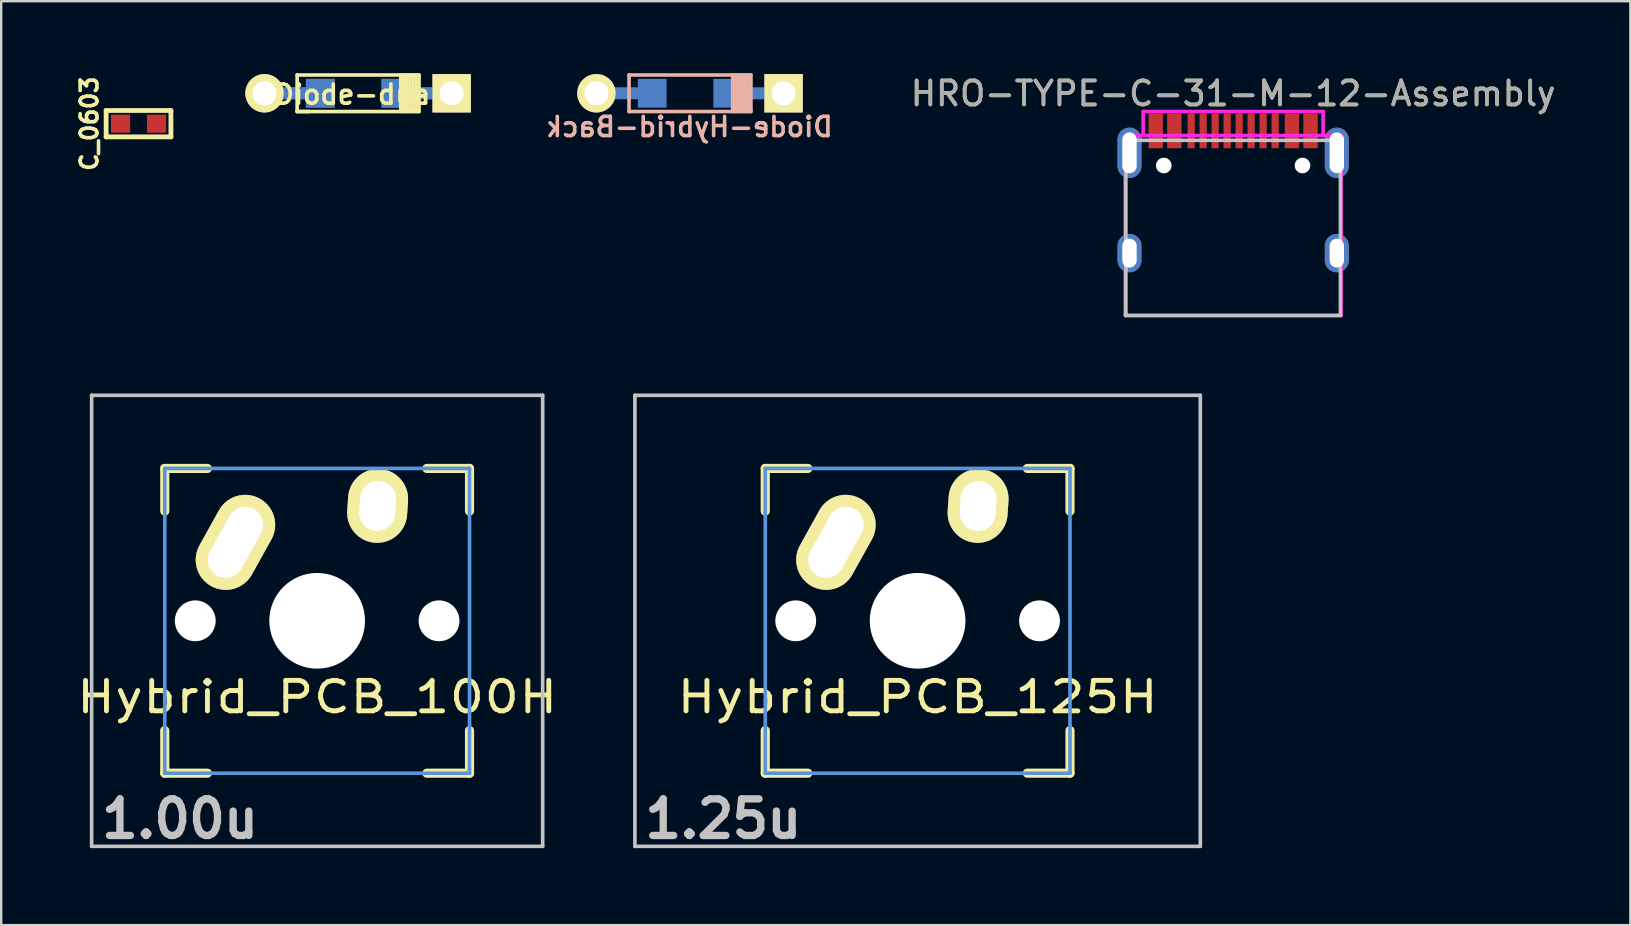
<source format=kicad_pcb>
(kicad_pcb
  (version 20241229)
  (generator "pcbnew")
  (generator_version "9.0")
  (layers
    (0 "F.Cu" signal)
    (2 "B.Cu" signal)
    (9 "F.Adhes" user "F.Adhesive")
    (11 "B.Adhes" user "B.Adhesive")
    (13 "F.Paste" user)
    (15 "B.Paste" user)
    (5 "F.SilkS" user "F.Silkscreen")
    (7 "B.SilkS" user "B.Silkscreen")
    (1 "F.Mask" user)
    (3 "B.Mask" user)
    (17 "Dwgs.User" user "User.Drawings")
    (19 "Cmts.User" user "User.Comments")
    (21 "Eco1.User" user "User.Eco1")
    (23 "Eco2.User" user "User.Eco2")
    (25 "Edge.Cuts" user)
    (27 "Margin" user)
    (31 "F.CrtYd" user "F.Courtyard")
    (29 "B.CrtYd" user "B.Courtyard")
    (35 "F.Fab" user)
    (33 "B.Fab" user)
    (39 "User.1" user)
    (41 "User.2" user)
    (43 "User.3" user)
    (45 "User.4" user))
  (footprint "HRO-TYPE-C-31-M-12-Assembly"
    (layer "F.Cu")
    (at 48.34 10.098)
    (property "Reference" "HRO-TYPE-C-31-M-12-Assembly" (at 0 -9.25 0) (layer "F.SilkS") (effects (font (size 1 1) (thickness 0.15))))
    (attr through_hole)
    (fp_line (start -4.47 -7.3) (end 4.47 -7.3) (stroke (width 0.15) (type solid)) (layer "Dwgs.User"))
    (fp_line (start -4.47 0) (end -4.47 -7.3) (stroke (width 0.15) (type solid)) (layer "Dwgs.User"))
    (fp_line (start -4.47 0) (end 4.47 0) (stroke (width 0.15) (type solid)) (layer "Dwgs.User"))
    (fp_line (start 4.47 0) (end 4.47 -7.3) (stroke (width 0.15) (type solid)) (layer "Dwgs.User"))
    (fp_line (start -4.5 -7.5) (end 4.5 -7.5) (stroke (width 0.15) (type solid)) (layer "F.CrtYd"))
    (fp_line (start -4.5 0) (end -4.5 -7.5) (stroke (width 0.15) (type solid)) (layer "F.CrtYd"))
    (fp_line (start -3.75 -8.5) (end 3.75 -8.5) (stroke (width 0.15) (type solid)) (layer "F.CrtYd"))
    (fp_line (start -3.75 -7.5) (end -3.75 -8.5) (stroke (width 0.15) (type solid)) (layer "F.CrtYd"))
    (fp_line (start 3.75 -8.5) (end 3.75 -7.5) (stroke (width 0.15) (type solid)) (layer "F.CrtYd"))
    (fp_line (start 4.5 -7.5) (end 4.5 0) (stroke (width 0.15) (type solid)) (layer "F.CrtYd"))
    (fp_line (start 4.5 0) (end -4.5 0) (stroke (width 0.15) (type solid)) (layer "F.CrtYd"))
    (fp_text user "${REFERENCE}" (at 0 -9.25 0) (layer "F.Fab") (effects (font (size 1 1) (thickness 0.15))))
    (pad "" np_thru_hole circle (at -2.89 -6.25) (size 0.65 0.65) (drill 0.65) (layers "*.Cu" "*.Mask"))
    (pad "" np_thru_hole circle (at 2.89 -6.25) (size 0.65 0.65) (drill 0.65) (layers "*.Cu" "*.Mask"))
    (pad "1" smd rect (at -3.225 -7.695) (size 0.6 1.45) (layers "F.Cu" "F.Mask" "F.Paste"))
    (pad "2" smd rect (at -2.45 -7.695) (size 0.6 1.45) (layers "F.Cu" "F.Mask" "F.Paste"))
    (pad "3" smd rect (at -1.75 -7.695) (size 0.3 1.45) (layers "F.Cu" "F.Mask" "F.Paste"))
    (pad "4" smd rect (at -1.25 -7.695) (size 0.3 1.45) (layers "F.Cu" "F.Mask" "F.Paste"))
    (pad "5" smd rect (at -0.75 -7.695) (size 0.3 1.45) (layers "F.Cu" "F.Mask" "F.Paste"))
    (pad "6" smd rect (at -0.25 -7.695) (size 0.3 1.45) (layers "F.Cu" "F.Mask" "F.Paste"))
    (pad "7" smd rect (at 0.25 -7.695) (size 0.3 1.45) (layers "F.Cu" "F.Mask" "F.Paste"))
    (pad "8" smd rect (at 0.75 -7.695) (size 0.3 1.45) (layers "F.Cu" "F.Mask" "F.Paste"))
    (pad "9" smd rect (at 1.25 -7.695) (size 0.3 1.45) (layers "F.Cu" "F.Mask" "F.Paste"))
    (pad "10" smd rect (at 1.75 -7.695) (size 0.3 1.45) (layers "F.Cu" "F.Mask" "F.Paste"))
    (pad "11" smd rect (at 2.45 -7.695) (size 0.6 1.45) (layers "F.Cu" "F.Mask" "F.Paste"))
    (pad "12" smd rect (at 3.225 -7.695) (size 0.6 1.45) (layers "F.Cu" "F.Mask" "F.Paste"))
    (pad "13" thru_hole oval (at -4.32 -6.78) (size 1 2.1) (drill oval 0.6 1.7) (layers "*.Cu" "*.Mask"))
    (pad "13" thru_hole oval (at -4.32 -2.6) (size 1 1.6) (drill oval 0.6 1.2) (layers "*.Cu" "*.Mask"))
    (pad "13" thru_hole oval (at 4.32 -6.78) (size 1 2.1) (drill oval 0.6 1.7) (layers "*.Cu" "*.Mask"))
    (pad "13" thru_hole oval (at 4.32 -2.6) (size 1 1.6) (drill oval 0.6 1.2) (layers "*.Cu" "*.Mask")))
  (footprint "Diode-Hybrid-Back"
    (layer "F.Cu")
    (at 25.705 0.837)
    (property "Reference" "Diode-Hybrid-Back" (at -0.025 1.4 0) (layer "B.SilkS") (effects (font (size 0.8 0.8) (thickness 0.15)) (justify mirror)))
    (attr smd)
    (fp_line (start -2.54 -0.762) (end -2.54 0.762) (stroke (width 0.15) (type solid)) (layer "B.SilkS"))
    (fp_line (start -2.54 0.762) (end 2.54 0.762) (stroke (width 0.15) (type solid)) (layer "B.SilkS"))
    (fp_line (start 1.778 0.762) (end 1.778 -0.762) (stroke (width 0.15) (type solid)) (layer "B.SilkS"))
    (fp_line (start 1.905 0.762) (end 1.905 -0.762) (stroke (width 0.15) (type solid)) (layer "B.SilkS"))
    (fp_line (start 2.032 -0.762) (end 2.032 0.762) (stroke (width 0.15) (type solid)) (layer "B.SilkS"))
    (fp_line (start 2.159 0.762) (end 2.159 -0.762) (stroke (width 0.15) (type solid)) (layer "B.SilkS"))
    (fp_line (start 2.286 -0.762) (end 2.286 0.762) (stroke (width 0.15) (type solid)) (layer "B.SilkS"))
    (fp_line (start 2.413 0.762) (end 2.413 -0.762) (stroke (width 0.15) (type solid)) (layer "B.SilkS"))
    (fp_line (start 2.54 -0.762) (end -2.54 -0.762) (stroke (width 0.15) (type solid)) (layer "B.SilkS"))
    (fp_line (start 2.54 0.762) (end 2.54 -0.762) (stroke (width 0.15) (type solid)) (layer "B.SilkS"))
    (pad "1" smd rect (at 1.575 0) (size 1.2 1.2) (layers "B.Cu" "B.Mask" "B.Paste"))
    (pad "1" smd rect (at 2.7 0) (size 2.5 0.5) (layers "B.Cu"))
    (pad "1" thru_hole rect (at 3.9 0) (size 1.6 1.6) (drill 1) (layers "*.Cu" "*.Mask" "F.SilkS"))
    (pad "2" thru_hole circle (at -3.9 0) (size 1.6 1.6) (drill 1) (layers "*.Cu" "*.Mask" "F.SilkS"))
    (pad "2" smd rect (at -2.7 0) (size 2.5 0.5) (layers "B.Cu"))
    (pad "2" smd rect (at -1.575 0) (size 1.2 1.2) (layers "B.Cu" "B.Mask" "B.Paste")))
  (footprint "Diode-dual"
    (layer "F.Cu")
    (at 11.873 0.837)
    (property "Reference" "Diode-dual" (at -0.025 0.051 0) (layer "F.SilkS") (effects (font (size 0.8 0.8) (thickness 0.15))))
    (attr smd)
    (fp_line (start -2.54 -0.762) (end -2.54 0.762) (stroke (width 0.15) (type solid)) (layer "F.SilkS"))
    (fp_line (start -2.54 0.762) (end -2.032 0.762) (stroke (width 0.15) (type solid)) (layer "F.SilkS"))
    (fp_line (start -2.54 0.762) (end 2.54 0.762) (stroke (width 0.15) (type solid)) (layer "F.SilkS"))
    (fp_line (start 1.778 0.762) (end 1.778 -0.762) (stroke (width 0.15) (type solid)) (layer "F.SilkS"))
    (fp_line (start 1.905 0.762) (end 1.905 -0.762) (stroke (width 0.15) (type solid)) (layer "F.SilkS"))
    (fp_line (start 2.032 -0.762) (end 2.032 0.762) (stroke (width 0.15) (type solid)) (layer "F.SilkS"))
    (fp_line (start 2.159 0.762) (end 2.159 -0.762) (stroke (width 0.15) (type solid)) (layer "F.SilkS"))
    (fp_line (start 2.286 -0.762) (end 2.286 0.762) (stroke (width 0.15) (type solid)) (layer "F.SilkS"))
    (fp_line (start 2.413 0.762) (end 2.413 -0.762) (stroke (width 0.15) (type solid)) (layer "F.SilkS"))
    (fp_line (start 2.54 -0.762) (end -2.54 -0.762) (stroke (width 0.15) (type solid)) (layer "F.SilkS"))
    (fp_line (start 2.54 0.762) (end 2.54 -0.762) (stroke (width 0.15) (type solid)) (layer "F.SilkS"))
    (pad "1" smd rect (at 1.575 0) (size 1.2 1.2) (layers "F.Cu" "F.Mask" "F.Paste"))
    (pad "1" smd rect (at 1.575 0) (size 1.2 1.2) (layers "B.Cu" "B.Mask" "B.Paste"))
    (pad "1" smd rect (at 2.7 0) (size 2.5 0.5) (layers "F.Cu"))
    (pad "1" smd rect (at 2.7 0) (size 2.5 0.5) (layers "B.Cu"))
    (pad "1" thru_hole rect (at 3.9 0) (size 1.6 1.6) (drill 1) (layers "*.Cu" "*.Mask" "F.SilkS"))
    (pad "2" thru_hole circle (at -3.9 0) (size 1.6 1.6) (drill 1) (layers "*.Cu" "*.Mask" "F.SilkS"))
    (pad "2" smd rect (at -2.7 0) (size 2.5 0.5) (layers "F.Cu"))
    (pad "2" smd rect (at -2.7 0) (size 2.5 0.5) (layers "B.Cu"))
    (pad "2" smd rect (at -1.575 0) (size 1.2 1.2) (layers "F.Cu" "F.Mask" "F.Paste"))
    (pad "2" smd rect (at -1.575 0) (size 1.2 1.2) (layers "B.Cu" "B.Mask" "B.Paste")))
  (footprint "Hybrid_PCB_100H"
    (layer "F.Cu")
    (at 10.167 22.822)
    (property "Reference" "Hybrid_PCB_100H" (at 0 3.175 0) (layer "F.SilkS") (effects (font (size 1.27 1.524) (thickness 0.203))))
    (attr through_hole)
    (fp_line (start -6.35 -6.35) (end -4.572 -6.35) (stroke (width 0.381) (type solid)) (layer "F.SilkS"))
    (fp_line (start -6.35 -4.572) (end -6.35 -6.35) (stroke (width 0.381) (type solid)) (layer "F.SilkS"))
    (fp_line (start -6.35 6.35) (end -6.35 4.572) (stroke (width 0.381) (type solid)) (layer "F.SilkS"))
    (fp_line (start -4.572 6.35) (end -6.35 6.35) (stroke (width 0.381) (type solid)) (layer "F.SilkS"))
    (fp_line (start 4.572 -6.35) (end 6.35 -6.35) (stroke (width 0.381) (type solid)) (layer "F.SilkS"))
    (fp_line (start 6.35 -6.35) (end 6.35 -4.572) (stroke (width 0.381) (type solid)) (layer "F.SilkS"))
    (fp_line (start 6.35 4.572) (end 6.35 6.35) (stroke (width 0.381) (type solid)) (layer "F.SilkS"))
    (fp_line (start 6.35 6.35) (end 4.572 6.35) (stroke (width 0.381) (type solid)) (layer "F.SilkS"))
    (fp_line (start -9.398 -9.398) (end 9.398 -9.398) (stroke (width 0.152) (type solid)) (layer "Dwgs.User"))
    (fp_line (start -9.398 9.398) (end -9.398 -9.398) (stroke (width 0.152) (type solid)) (layer "Dwgs.User"))
    (fp_line (start 9.398 -9.398) (end 9.398 9.398) (stroke (width 0.152) (type solid)) (layer "Dwgs.User"))
    (fp_line (start 9.398 9.398) (end -9.398 9.398) (stroke (width 0.152) (type solid)) (layer "Dwgs.User"))
    (fp_line (start -6.35 -6.35) (end 6.35 -6.35) (stroke (width 0.152) (type solid)) (layer "Cmts.User"))
    (fp_line (start -6.35 6.35) (end -6.35 -6.35) (stroke (width 0.152) (type solid)) (layer "Cmts.User"))
    (fp_line (start 6.35 -6.35) (end 6.35 6.35) (stroke (width 0.152) (type solid)) (layer "Cmts.User"))
    (fp_line (start 6.35 6.35) (end -6.35 6.35) (stroke (width 0.152) (type solid)) (layer "Cmts.User"))
    (fp_line (start -6.985 -6.985) (end 6.985 -6.985) (stroke (width 0.152) (type solid)) (layer "Eco2.User"))
    (fp_line (start -6.985 6.985) (end -6.985 -6.985) (stroke (width 0.152) (type solid)) (layer "Eco2.User"))
    (fp_line (start 6.985 -6.985) (end 6.985 6.985) (stroke (width 0.152) (type solid)) (layer "Eco2.User"))
    (fp_line (start 6.985 6.985) (end -6.985 6.985) (stroke (width 0.152) (type solid)) (layer "Eco2.User"))
    (fp_text user "1.00u" (at -5.715 8.255 0) (layer "Dwgs.User") (effects (font (size 1.524 1.524) (thickness 0.305))))
    (pad "" np_thru_hole circle (at -5.08 0) (size 1.702 1.702) (drill 1.702) (layers "*.Cu"))
    (pad "" np_thru_hole circle (at 0 0) (size 3.988 3.988) (drill 3.988) (layers "*.Cu"))
    (pad "" np_thru_hole circle (at 5.08 0) (size 1.702 1.702) (drill 1.702) (layers "*.Cu"))
    (pad "1" thru_hole oval (at -3.405 -3.27 330.95) (size 2.5 4.17) (drill oval 1.5 3.17) (layers "*.Cu" "*.Mask" "F.SilkS"))
    (pad "2" thru_hole oval (at 2.52 -4.79 356.1) (size 2.5 3.08) (drill oval 1.5 2.08) (layers "*.Cu" "*.Mask" "F.SilkS")))
  (footprint "Hybrid_PCB_125H"
    (layer "F.Cu")
    (at 35.191 22.822)
    (property "Reference" "Hybrid_PCB_125H" (at 0 3.175 0) (layer "F.SilkS") (effects (font (size 1.27 1.524) (thickness 0.203))))
    (attr through_hole)
    (fp_line (start -6.35 -6.35) (end -4.572 -6.35) (stroke (width 0.381) (type solid)) (layer "F.SilkS"))
    (fp_line (start -6.35 -4.572) (end -6.35 -6.35) (stroke (width 0.381) (type solid)) (layer "F.SilkS"))
    (fp_line (start -6.35 6.35) (end -6.35 4.572) (stroke (width 0.381) (type solid)) (layer "F.SilkS"))
    (fp_line (start -4.572 6.35) (end -6.35 6.35) (stroke (width 0.381) (type solid)) (layer "F.SilkS"))
    (fp_line (start 4.572 -6.35) (end 6.35 -6.35) (stroke (width 0.381) (type solid)) (layer "F.SilkS"))
    (fp_line (start 6.35 -6.35) (end 6.35 -4.572) (stroke (width 0.381) (type solid)) (layer "F.SilkS"))
    (fp_line (start 6.35 4.572) (end 6.35 6.35) (stroke (width 0.381) (type solid)) (layer "F.SilkS"))
    (fp_line (start 6.35 6.35) (end 4.572 6.35) (stroke (width 0.381) (type solid)) (layer "F.SilkS"))
    (fp_line (start -11.781 -9.398) (end 11.781 -9.398) (stroke (width 0.152) (type solid)) (layer "Dwgs.User"))
    (fp_line (start -11.781 9.398) (end -11.781 -9.398) (stroke (width 0.152) (type solid)) (layer "Dwgs.User"))
    (fp_line (start 11.781 -9.398) (end 11.781 9.398) (stroke (width 0.152) (type solid)) (layer "Dwgs.User"))
    (fp_line (start 11.781 9.398) (end -11.781 9.398) (stroke (width 0.152) (type solid)) (layer "Dwgs.User"))
    (fp_line (start -6.35 -6.35) (end 6.35 -6.35) (stroke (width 0.152) (type solid)) (layer "Cmts.User"))
    (fp_line (start -6.35 6.35) (end -6.35 -6.35) (stroke (width 0.152) (type solid)) (layer "Cmts.User"))
    (fp_line (start 6.35 -6.35) (end 6.35 6.35) (stroke (width 0.152) (type solid)) (layer "Cmts.User"))
    (fp_line (start 6.35 6.35) (end -6.35 6.35) (stroke (width 0.152) (type solid)) (layer "Cmts.User"))
    (fp_line (start -6.985 -6.985) (end 6.985 -6.985) (stroke (width 0.152) (type solid)) (layer "Eco2.User"))
    (fp_line (start -6.985 6.985) (end -6.985 -6.985) (stroke (width 0.152) (type solid)) (layer "Eco2.User"))
    (fp_line (start 6.985 -6.985) (end 6.985 6.985) (stroke (width 0.152) (type solid)) (layer "Eco2.User"))
    (fp_line (start 6.985 6.985) (end -6.985 6.985) (stroke (width 0.152) (type solid)) (layer "Eco2.User"))
    (fp_text user "1.25u" (at -8.098 8.255 0) (layer "Dwgs.User") (effects (font (size 1.524 1.524) (thickness 0.305))))
    (pad "" np_thru_hole circle (at -5.08 0) (size 1.702 1.702) (drill 1.702) (layers "*.Cu"))
    (pad "" np_thru_hole circle (at 0 0) (size 3.988 3.988) (drill 3.988) (layers "*.Cu"))
    (pad "" np_thru_hole circle (at 5.08 0) (size 1.702 1.702) (drill 1.702) (layers "*.Cu"))
    (pad "1" thru_hole oval (at -3.405 -3.27 330.95) (size 2.5 4.17) (drill oval 1.5 3.17) (layers "*.Cu" "*.Mask" "F.SilkS"))
    (pad "2" thru_hole oval (at 2.52 -4.79 356.1) (size 2.5 3.08) (drill oval 1.5 2.08) (layers "*.Cu" "*.Mask" "F.SilkS")))
  (footprint "C_0603"
    (layer "F.Cu")
    (at 2.723 2.105)
    (property "Reference" "C_0603" (at -2.05 0 90) (layer "F.SilkS") (effects (font (size 0.7 0.7) (thickness 0.15))))
    (attr smd)
    (fp_line (start -1.35 -0.55) (end 1.35 -0.55) (stroke (width 0.2) (type solid)) (layer "F.SilkS"))
    (fp_line (start -1.35 0.55) (end -1.35 -0.55) (stroke (width 0.2) (type solid)) (layer "F.SilkS"))
    (fp_line (start 1.35 -0.55) (end 1.35 0.55) (stroke (width 0.2) (type solid)) (layer "F.SilkS"))
    (fp_line (start 1.35 0.55) (end -1.35 0.55) (stroke (width 0.2) (type solid)) (layer "F.SilkS"))
    (pad "1" smd rect (at -0.75 0) (size 0.8 0.75) (layers "F.Cu" "F.Mask" "F.Paste"))
    (pad "2" smd rect (at 0.75 0) (size 0.8 0.75) (layers "F.Cu" "F.Mask" "F.Paste")))
  (gr_rect
    (start -3 -3)
    (end 64.894 35.504)
    (stroke (width 0.1) (type default))
    (fill no)
    (layer "Edge.Cuts")))
</source>
